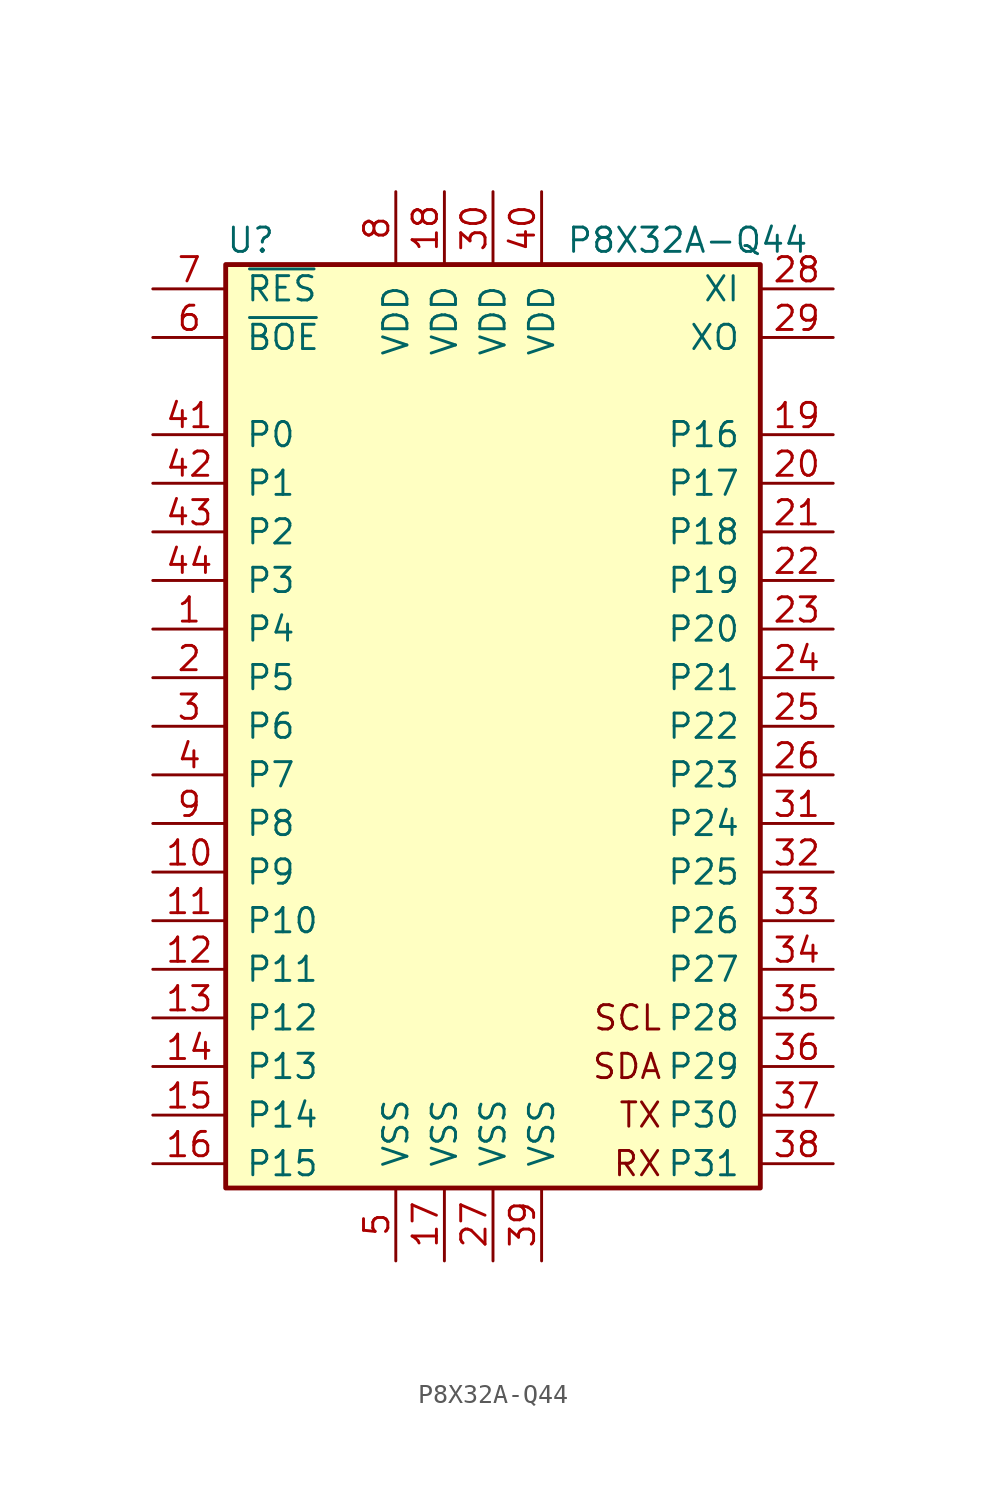
<source format=kicad_sym>
(kicad_symbol_lib
  (version 20241209)
  (generator "kicad_symbol_editor")
  (generator_version "9.0")
  (symbol "P8X32A-Q44"
    (pin_names
      (offset 1.016))
    (property "Reference" "U"
      (at -13.97 25.4 0)
      (effects (font (size 1.27 1.27)) (justify left)))
    (property "Value" "P8X32A-Q44"
      (at 3.81 25.4 0)
      (effects (font (size 1.27 1.27)) (justify left)))
    (symbol "P8X32A-Q44_0_1"
      (rectangle (start -13.97 24.13) (end 13.97 -24.13) (stroke (width 0.254) (type default)) (fill (type background)))
      (text "SCL" (at 8.89 -15.24 0) (effects (font (size 1.27 1.27)) (justify right)))
      (text "SDA" (at 8.89 -17.78 0) (effects (font (size 1.27 1.27)) (justify right)))
      (text "TX" (at 8.89 -20.32 0) (effects (font (size 1.27 1.27)) (justify right)))
      (text "RX" (at 8.89 -22.86 0) (effects (font (size 1.27 1.27)) (justify right)))
      (pin bidirectional line (at -17.78 22.86 0) (length 3.81) (name "~{RES}" (effects (font (size 1.27 1.27)))) (number "7" (effects (font (size 1.27 1.27)))))
      (pin input line (at -17.78 20.32 0) (length 3.81) (name "~{BOE}" (effects (font (size 1.27 1.27)))) (number "6" (effects (font (size 1.27 1.27)))))
      (pin bidirectional line (at -17.78 15.24 0) (length 3.81) (name "P0" (effects (font (size 1.27 1.27)))) (number "41" (effects (font (size 1.27 1.27)))))
      (pin bidirectional line (at -17.78 12.7 0) (length 3.81) (name "P1" (effects (font (size 1.27 1.27)))) (number "42" (effects (font (size 1.27 1.27)))))
      (pin bidirectional line (at -17.78 10.16 0) (length 3.81) (name "P2" (effects (font (size 1.27 1.27)))) (number "43" (effects (font (size 1.27 1.27)))))
      (pin bidirectional line (at -17.78 7.62 0) (length 3.81) (name "P3" (effects (font (size 1.27 1.27)))) (number "44" (effects (font (size 1.27 1.27)))))
      (pin bidirectional line (at -17.78 5.08 0) (length 3.81) (name "P4" (effects (font (size 1.27 1.27)))) (number "1" (effects (font (size 1.27 1.27)))))
      (pin bidirectional line (at -17.78 2.54 0) (length 3.81) (name "P5" (effects (font (size 1.27 1.27)))) (number "2" (effects (font (size 1.27 1.27)))))
      (pin bidirectional line (at -17.78 0 0) (length 3.81) (name "P6" (effects (font (size 1.27 1.27)))) (number "3" (effects (font (size 1.27 1.27)))))
      (pin bidirectional line (at -17.78 -2.54 0) (length 3.81) (name "P7" (effects (font (size 1.27 1.27)))) (number "4" (effects (font (size 1.27 1.27)))))
      (pin bidirectional line (at -17.78 -5.08 0) (length 3.81) (name "P8" (effects (font (size 1.27 1.27)))) (number "9" (effects (font (size 1.27 1.27)))))
      (pin bidirectional line (at -17.78 -7.62 0) (length 3.81) (name "P9" (effects (font (size 1.27 1.27)))) (number "10" (effects (font (size 1.27 1.27)))))
      (pin bidirectional line (at -17.78 -10.16 0) (length 3.81) (name "P10" (effects (font (size 1.27 1.27)))) (number "11" (effects (font (size 1.27 1.27)))))
      (pin bidirectional line (at -17.78 -12.7 0) (length 3.81) (name "P11" (effects (font (size 1.27 1.27)))) (number "12" (effects (font (size 1.27 1.27)))))
      (pin bidirectional line (at -17.78 -15.24 0) (length 3.81) (name "P12" (effects (font (size 1.27 1.27)))) (number "13" (effects (font (size 1.27 1.27)))))
      (pin bidirectional line (at -17.78 -17.78 0) (length 3.81) (name "P13" (effects (font (size 1.27 1.27)))) (number "14" (effects (font (size 1.27 1.27)))))
      (pin bidirectional line (at -17.78 -20.32 0) (length 3.81) (name "P14" (effects (font (size 1.27 1.27)))) (number "15" (effects (font (size 1.27 1.27)))))
      (pin bidirectional line (at -17.78 -22.86 0) (length 3.81) (name "P15" (effects (font (size 1.27 1.27)))) (number "16" (effects (font (size 1.27 1.27)))))
      (pin power_in line (at -5.08 27.94 270) (length 3.81) (name "VDD" (effects (font (size 1.27 1.27)))) (number "8" (effects (font (size 1.27 1.27)))))
      (pin power_in line (at -5.08 -27.94 90) (length 3.81) (name "VSS" (effects (font (size 1.27 1.27)))) (number "5" (effects (font (size 1.27 1.27)))))
      (pin power_in line (at -2.54 27.94 270) (length 3.81) (name "VDD" (effects (font (size 1.27 1.27)))) (number "18" (effects (font (size 1.27 1.27)))))
      (pin power_in line (at -2.54 -27.94 90) (length 3.81) (name "VSS" (effects (font (size 1.27 1.27)))) (number "17" (effects (font (size 1.27 1.27)))))
      (pin power_in line (at 0 27.94 270) (length 3.81) (name "VDD" (effects (font (size 1.27 1.27)))) (number "30" (effects (font (size 1.27 1.27)))))
      (pin power_in line (at 0 -27.94 90) (length 3.81) (name "VSS" (effects (font (size 1.27 1.27)))) (number "27" (effects (font (size 1.27 1.27)))))
      (pin power_in line (at 2.54 27.94 270) (length 3.81) (name "VDD" (effects (font (size 1.27 1.27)))) (number "40" (effects (font (size 1.27 1.27)))))
      (pin power_in line (at 2.54 -27.94 90) (length 3.81) (name "VSS" (effects (font (size 1.27 1.27)))) (number "39" (effects (font (size 1.27 1.27)))))
      (pin input line (at 17.78 22.86 180) (length 3.81) (name "XI" (effects (font (size 1.27 1.27)))) (number "28" (effects (font (size 1.27 1.27)))))
      (pin output line (at 17.78 20.32 180) (length 3.81) (name "XO" (effects (font (size 1.27 1.27)))) (number "29" (effects (font (size 1.27 1.27)))))
      (pin bidirectional line (at 17.78 15.24 180) (length 3.81) (name "P16" (effects (font (size 1.27 1.27)))) (number "19" (effects (font (size 1.27 1.27)))))
      (pin bidirectional line (at 17.78 12.7 180) (length 3.81) (name "P17" (effects (font (size 1.27 1.27)))) (number "20" (effects (font (size 1.27 1.27)))))
      (pin bidirectional line (at 17.78 10.16 180) (length 3.81) (name "P18" (effects (font (size 1.27 1.27)))) (number "21" (effects (font (size 1.27 1.27)))))
      (pin bidirectional line (at 17.78 7.62 180) (length 3.81) (name "P19" (effects (font (size 1.27 1.27)))) (number "22" (effects (font (size 1.27 1.27)))))
      (pin bidirectional line (at 17.78 5.08 180) (length 3.81) (name "P20" (effects (font (size 1.27 1.27)))) (number "23" (effects (font (size 1.27 1.27)))))
      (pin bidirectional line (at 17.78 2.54 180) (length 3.81) (name "P21" (effects (font (size 1.27 1.27)))) (number "24" (effects (font (size 1.27 1.27)))))
      (pin bidirectional line (at 17.78 0 180) (length 3.81) (name "P22" (effects (font (size 1.27 1.27)))) (number "25" (effects (font (size 1.27 1.27)))))
      (pin bidirectional line (at 17.78 -2.54 180) (length 3.81) (name "P23" (effects (font (size 1.27 1.27)))) (number "26" (effects (font (size 1.27 1.27)))))
      (pin bidirectional line (at 17.78 -5.08 180) (length 3.81) (name "P24" (effects (font (size 1.27 1.27)))) (number "31" (effects (font (size 1.27 1.27)))))
      (pin bidirectional line (at 17.78 -7.62 180) (length 3.81) (name "P25" (effects (font (size 1.27 1.27)))) (number "32" (effects (font (size 1.27 1.27)))))
      (pin bidirectional line (at 17.78 -10.16 180) (length 3.81) (name "P26" (effects (font (size 1.27 1.27)))) (number "33" (effects (font (size 1.27 1.27)))))
      (pin bidirectional line (at 17.78 -12.7 180) (length 3.81) (name "P27" (effects (font (size 1.27 1.27)))) (number "34" (effects (font (size 1.27 1.27)))))
      (pin bidirectional line (at 17.78 -15.24 180) (length 3.81) (name "P28" (effects (font (size 1.27 1.27)))) (number "35" (effects (font (size 1.27 1.27)))))
      (pin bidirectional line (at 17.78 -17.78 180) (length 3.81) (name "P29" (effects (font (size 1.27 1.27)))) (number "36" (effects (font (size 1.27 1.27)))))
      (pin bidirectional line (at 17.78 -20.32 180) (length 3.81) (name "P30" (effects (font (size 1.27 1.27)))) (number "37" (effects (font (size 1.27 1.27)))))
      (pin bidirectional line (at 17.78 -22.86 180) (length 3.81) (name "P31" (effects (font (size 1.27 1.27)))) (number "38" (effects (font (size 1.27 1.27))))))))
</source>
